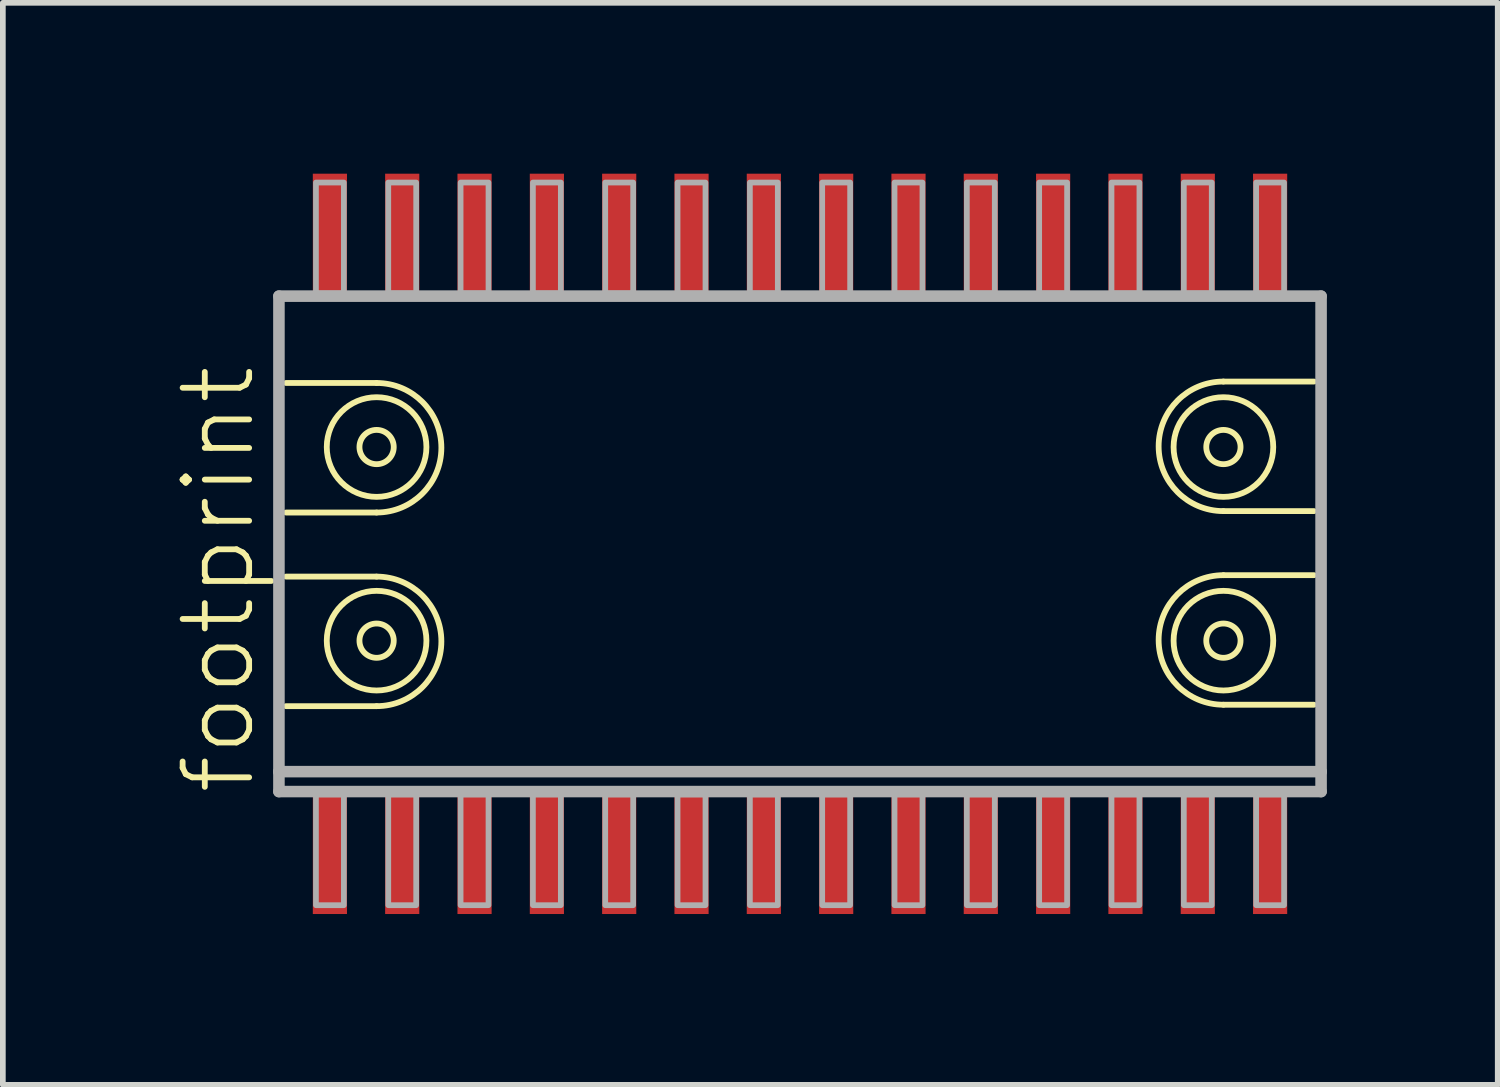
<source format=kicad_pcb>
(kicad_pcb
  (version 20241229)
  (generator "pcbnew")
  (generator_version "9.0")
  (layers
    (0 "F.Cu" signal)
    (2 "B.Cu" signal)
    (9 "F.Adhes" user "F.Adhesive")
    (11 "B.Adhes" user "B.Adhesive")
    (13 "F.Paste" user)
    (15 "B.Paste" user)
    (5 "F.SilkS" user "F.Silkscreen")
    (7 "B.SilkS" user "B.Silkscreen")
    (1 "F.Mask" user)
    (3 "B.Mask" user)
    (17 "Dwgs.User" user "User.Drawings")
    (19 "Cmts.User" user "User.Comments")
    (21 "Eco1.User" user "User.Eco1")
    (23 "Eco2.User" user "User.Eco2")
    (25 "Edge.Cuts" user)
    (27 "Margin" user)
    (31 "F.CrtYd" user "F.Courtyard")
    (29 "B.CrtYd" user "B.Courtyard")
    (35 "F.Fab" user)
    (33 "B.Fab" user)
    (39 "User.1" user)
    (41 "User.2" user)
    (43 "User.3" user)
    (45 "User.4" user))
  (footprint "footprint"
    (layer "F.Cu")
    (at 10.998 6.5)
    (property "Reference" "footprint" (at -9.525 4.445 90) (layer "F.SilkS") (effects (font (size 1.168 1.168) (thickness 0.102)) (justify left bottom)))
    (fp_line (start -9.025 -0.55) (end -7.435 -0.55) (stroke (width 0.102) (type solid)) (layer "F.SilkS"))
    (fp_line (start -9.025 2.85) (end -7.435 2.85) (stroke (width 0.102) (type solid)) (layer "F.SilkS"))
    (fp_line (start -7.435 -2.825) (end -9.025 -2.825) (stroke (width 0.102) (type solid)) (layer "F.SilkS"))
    (fp_line (start -7.435 0.575) (end -9.025 0.575) (stroke (width 0.102) (type solid)) (layer "F.SilkS"))
    (fp_line (start 7.435 -0.575) (end 9.025 -0.575) (stroke (width 0.102) (type solid)) (layer "F.SilkS"))
    (fp_line (start 7.435 2.825) (end 9.025 2.825) (stroke (width 0.102) (type solid)) (layer "F.SilkS"))
    (fp_line (start 9.025 -2.85) (end 7.435 -2.85) (stroke (width 0.102) (type solid)) (layer "F.SilkS"))
    (fp_line (start 9.025 0.55) (end 7.435 0.55) (stroke (width 0.102) (type solid)) (layer "F.SilkS"))
    (fp_arc (start -7.435 -2.825) (mid -6.2975 -1.6875) (end -7.435 -0.55) (stroke (width 0.1016) (type solid)) (layer "F.SilkS"))
    (fp_arc (start -7.435 0.575) (mid -6.2975 1.7125) (end -7.435 2.85) (stroke (width 0.1016) (type solid)) (layer "F.SilkS"))
    (fp_arc (start 7.435 -0.575) (mid 6.2975 -1.7125) (end 7.435 -2.85) (stroke (width 0.1016) (type solid)) (layer "F.SilkS"))
    (fp_arc (start 7.435 2.825) (mid 6.2975 1.6875) (end 7.435 0.55) (stroke (width 0.1016) (type solid)) (layer "F.SilkS"))
    (fp_circle (center -7.435 -1.7) (end -7.134 -1.7) (stroke (width 0.102) (type solid)) (fill no) (layer "F.SilkS"))
    (fp_circle (center -7.435 -1.7) (end -6.56 -1.7) (stroke (width 0.102) (type solid)) (fill no) (layer "F.SilkS"))
    (fp_circle (center -7.435 1.7) (end -7.134 1.7) (stroke (width 0.102) (type solid)) (fill no) (layer "F.SilkS"))
    (fp_circle (center -7.435 1.7) (end -6.56 1.7) (stroke (width 0.102) (type solid)) (fill no) (layer "F.SilkS"))
    (fp_circle (center 7.435 -1.7) (end 7.736 -1.7) (stroke (width 0.102) (type solid)) (fill no) (layer "F.SilkS"))
    (fp_circle (center 7.435 -1.7) (end 8.31 -1.7) (stroke (width 0.102) (type solid)) (fill no) (layer "F.SilkS"))
    (fp_circle (center 7.435 1.7) (end 7.736 1.7) (stroke (width 0.102) (type solid)) (fill no) (layer "F.SilkS"))
    (fp_circle (center 7.435 1.7) (end 8.31 1.7) (stroke (width 0.102) (type solid)) (fill no) (layer "F.SilkS"))
    (fp_line (start -9.15 -4.35) (end 9.15 -4.35) (stroke (width 0.203) (type solid)) (layer "F.Fab"))
    (fp_line (start -9.15 4) (end -9.15 -4.35) (stroke (width 0.203) (type solid)) (layer "F.Fab"))
    (fp_line (start -9.15 4.35) (end -9.15 4) (stroke (width 0.203) (type solid)) (layer "F.Fab"))
    (fp_line (start 9.15 -4.35) (end 9.15 4) (stroke (width 0.203) (type solid)) (layer "F.Fab"))
    (fp_line (start 9.15 4) (end -9.15 4) (stroke (width 0.203) (type solid)) (layer "F.Fab"))
    (fp_line (start 9.15 4) (end 9.15 4.35) (stroke (width 0.203) (type solid)) (layer "F.Fab"))
    (fp_line (start 9.15 4.35) (end -9.15 4.35) (stroke (width 0.203) (type solid)) (layer "F.Fab"))
    (fp_poly (pts (xy -8.5 6.345) (xy -8.01 6.345) (xy -8.01 4.4) (xy -8.5 4.4)) (stroke (width 0.1) (type solid)) (fill no) (layer "F.Fab"))
    (fp_poly (pts (xy -8.01 -6.345) (xy -8.5 -6.345) (xy -8.5 -4.4) (xy -8.01 -4.4)) (stroke (width 0.1) (type solid)) (fill no) (layer "F.Fab"))
    (fp_poly (pts (xy -7.23 6.345) (xy -6.74 6.345) (xy -6.74 4.4) (xy -7.23 4.4)) (stroke (width 0.1) (type solid)) (fill no) (layer "F.Fab"))
    (fp_poly (pts (xy -6.74 -6.345) (xy -7.23 -6.345) (xy -7.23 -4.4) (xy -6.74 -4.4)) (stroke (width 0.1) (type solid)) (fill no) (layer "F.Fab"))
    (fp_poly (pts (xy -5.96 6.345) (xy -5.47 6.345) (xy -5.47 4.4) (xy -5.96 4.4)) (stroke (width 0.1) (type solid)) (fill no) (layer "F.Fab"))
    (fp_poly (pts (xy -5.47 -6.345) (xy -5.96 -6.345) (xy -5.96 -4.4) (xy -5.47 -4.4)) (stroke (width 0.1) (type solid)) (fill no) (layer "F.Fab"))
    (fp_poly (pts (xy -4.69 6.345) (xy -4.2 6.345) (xy -4.2 4.4) (xy -4.69 4.4)) (stroke (width 0.1) (type solid)) (fill no) (layer "F.Fab"))
    (fp_poly (pts (xy -4.2 -6.345) (xy -4.69 -6.345) (xy -4.69 -4.4) (xy -4.2 -4.4)) (stroke (width 0.1) (type solid)) (fill no) (layer "F.Fab"))
    (fp_poly (pts (xy -3.42 6.345) (xy -2.93 6.345) (xy -2.93 4.4) (xy -3.42 4.4)) (stroke (width 0.1) (type solid)) (fill no) (layer "F.Fab"))
    (fp_poly (pts (xy -2.93 -6.345) (xy -3.42 -6.345) (xy -3.42 -4.4) (xy -2.93 -4.4)) (stroke (width 0.1) (type solid)) (fill no) (layer "F.Fab"))
    (fp_poly (pts (xy -2.15 6.345) (xy -1.66 6.345) (xy -1.66 4.4) (xy -2.15 4.4)) (stroke (width 0.1) (type solid)) (fill no) (layer "F.Fab"))
    (fp_poly (pts (xy -1.66 -6.345) (xy -2.15 -6.345) (xy -2.15 -4.4) (xy -1.66 -4.4)) (stroke (width 0.1) (type solid)) (fill no) (layer "F.Fab"))
    (fp_poly (pts (xy -0.88 6.345) (xy -0.39 6.345) (xy -0.39 4.4) (xy -0.88 4.4)) (stroke (width 0.1) (type solid)) (fill no) (layer "F.Fab"))
    (fp_poly (pts (xy -0.39 -6.345) (xy -0.88 -6.345) (xy -0.88 -4.4) (xy -0.39 -4.4)) (stroke (width 0.1) (type solid)) (fill no) (layer "F.Fab"))
    (fp_poly (pts (xy 0.39 6.345) (xy 0.88 6.345) (xy 0.88 4.4) (xy 0.39 4.4)) (stroke (width 0.1) (type solid)) (fill no) (layer "F.Fab"))
    (fp_poly (pts (xy 0.88 -6.345) (xy 0.39 -6.345) (xy 0.39 -4.4) (xy 0.88 -4.4)) (stroke (width 0.1) (type solid)) (fill no) (layer "F.Fab"))
    (fp_poly (pts (xy 1.66 6.345) (xy 2.15 6.345) (xy 2.15 4.4) (xy 1.66 4.4)) (stroke (width 0.1) (type solid)) (fill no) (layer "F.Fab"))
    (fp_poly (pts (xy 2.15 -6.345) (xy 1.66 -6.345) (xy 1.66 -4.4) (xy 2.15 -4.4)) (stroke (width 0.1) (type solid)) (fill no) (layer "F.Fab"))
    (fp_poly (pts (xy 2.93 6.345) (xy 3.42 6.345) (xy 3.42 4.4) (xy 2.93 4.4)) (stroke (width 0.1) (type solid)) (fill no) (layer "F.Fab"))
    (fp_poly (pts (xy 3.42 -6.345) (xy 2.93 -6.345) (xy 2.93 -4.4) (xy 3.42 -4.4)) (stroke (width 0.1) (type solid)) (fill no) (layer "F.Fab"))
    (fp_poly (pts (xy 4.2 6.345) (xy 4.69 6.345) (xy 4.69 4.4) (xy 4.2 4.4)) (stroke (width 0.1) (type solid)) (fill no) (layer "F.Fab"))
    (fp_poly (pts (xy 4.69 -6.345) (xy 4.2 -6.345) (xy 4.2 -4.4) (xy 4.69 -4.4)) (stroke (width 0.1) (type solid)) (fill no) (layer "F.Fab"))
    (fp_poly (pts (xy 5.47 6.345) (xy 5.96 6.345) (xy 5.96 4.4) (xy 5.47 4.4)) (stroke (width 0.1) (type solid)) (fill no) (layer "F.Fab"))
    (fp_poly (pts (xy 5.96 -6.345) (xy 5.47 -6.345) (xy 5.47 -4.4) (xy 5.96 -4.4)) (stroke (width 0.1) (type solid)) (fill no) (layer "F.Fab"))
    (fp_poly (pts (xy 6.74 6.345) (xy 7.23 6.345) (xy 7.23 4.4) (xy 6.74 4.4)) (stroke (width 0.1) (type solid)) (fill no) (layer "F.Fab"))
    (fp_poly (pts (xy 7.23 -6.345) (xy 6.74 -6.345) (xy 6.74 -4.4) (xy 7.23 -4.4)) (stroke (width 0.1) (type solid)) (fill no) (layer "F.Fab"))
    (fp_poly (pts (xy 8.01 6.345) (xy 8.5 6.345) (xy 8.5 4.4) (xy 8.01 4.4)) (stroke (width 0.1) (type solid)) (fill no) (layer "F.Fab"))
    (fp_poly (pts (xy 8.5 -6.345) (xy 8.01 -6.345) (xy 8.01 -4.4) (xy 8.5 -4.4)) (stroke (width 0.1) (type solid)) (fill no) (layer "F.Fab"))
    (pad "1" smd rect (at -8.255 5.4) (size 0.6 2.2) (layers "F.Cu" "F.Mask" "F.Paste"))
    (pad "2" smd rect (at -6.985 5.4) (size 0.6 2.2) (layers "F.Cu" "F.Mask" "F.Paste"))
    (pad "3" smd rect (at -5.715 5.4) (size 0.6 2.2) (layers "F.Cu" "F.Mask" "F.Paste"))
    (pad "4" smd rect (at -4.445 5.4) (size 0.6 2.2) (layers "F.Cu" "F.Mask" "F.Paste"))
    (pad "5" smd rect (at -3.175 5.4) (size 0.6 2.2) (layers "F.Cu" "F.Mask" "F.Paste"))
    (pad "6" smd rect (at -1.905 5.4) (size 0.6 2.2) (layers "F.Cu" "F.Mask" "F.Paste"))
    (pad "7" smd rect (at -0.635 5.4) (size 0.6 2.2) (layers "F.Cu" "F.Mask" "F.Paste"))
    (pad "8" smd rect (at 0.635 5.4) (size 0.6 2.2) (layers "F.Cu" "F.Mask" "F.Paste"))
    (pad "9" smd rect (at 1.905 5.4) (size 0.6 2.2) (layers "F.Cu" "F.Mask" "F.Paste"))
    (pad "10" smd rect (at 3.175 5.4) (size 0.6 2.2) (layers "F.Cu" "F.Mask" "F.Paste"))
    (pad "11" smd rect (at 4.445 5.4) (size 0.6 2.2) (layers "F.Cu" "F.Mask" "F.Paste"))
    (pad "12" smd rect (at 5.715 5.4) (size 0.6 2.2) (layers "F.Cu" "F.Mask" "F.Paste"))
    (pad "13" smd rect (at 6.985 5.4) (size 0.6 2.2) (layers "F.Cu" "F.Mask" "F.Paste"))
    (pad "14" smd rect (at 8.255 5.4) (size 0.6 2.2) (layers "F.Cu" "F.Mask" "F.Paste"))
    (pad "15" smd rect (at 8.255 -5.4) (size 0.6 2.2) (layers "F.Cu" "F.Mask" "F.Paste"))
    (pad "16" smd rect (at 6.985 -5.4) (size 0.6 2.2) (layers "F.Cu" "F.Mask" "F.Paste"))
    (pad "17" smd rect (at 5.715 -5.4) (size 0.6 2.2) (layers "F.Cu" "F.Mask" "F.Paste"))
    (pad "18" smd rect (at 4.445 -5.4) (size 0.6 2.2) (layers "F.Cu" "F.Mask" "F.Paste"))
    (pad "19" smd rect (at 3.175 -5.4) (size 0.6 2.2) (layers "F.Cu" "F.Mask" "F.Paste"))
    (pad "20" smd rect (at 1.905 -5.4) (size 0.6 2.2) (layers "F.Cu" "F.Mask" "F.Paste"))
    (pad "21" smd rect (at 0.635 -5.4) (size 0.6 2.2) (layers "F.Cu" "F.Mask" "F.Paste"))
    (pad "22" smd rect (at -0.635 -5.4) (size 0.6 2.2) (layers "F.Cu" "F.Mask" "F.Paste"))
    (pad "23" smd rect (at -1.905 -5.4) (size 0.6 2.2) (layers "F.Cu" "F.Mask" "F.Paste"))
    (pad "24" smd rect (at -3.175 -5.4) (size 0.6 2.2) (layers "F.Cu" "F.Mask" "F.Paste"))
    (pad "25" smd rect (at -4.445 -5.4) (size 0.6 2.2) (layers "F.Cu" "F.Mask" "F.Paste"))
    (pad "26" smd rect (at -5.715 -5.4) (size 0.6 2.2) (layers "F.Cu" "F.Mask" "F.Paste"))
    (pad "27" smd rect (at -6.985 -5.4) (size 0.6 2.2) (layers "F.Cu" "F.Mask" "F.Paste"))
    (pad "28" smd rect (at -8.255 -5.4) (size 0.6 2.2) (layers "F.Cu" "F.Mask" "F.Paste")))
  (gr_rect
    (start -3 -3)
    (end 23.25 16)
    (stroke (width 0.1) (type default))
    (fill no)
    (layer "Edge.Cuts")))
</source>
